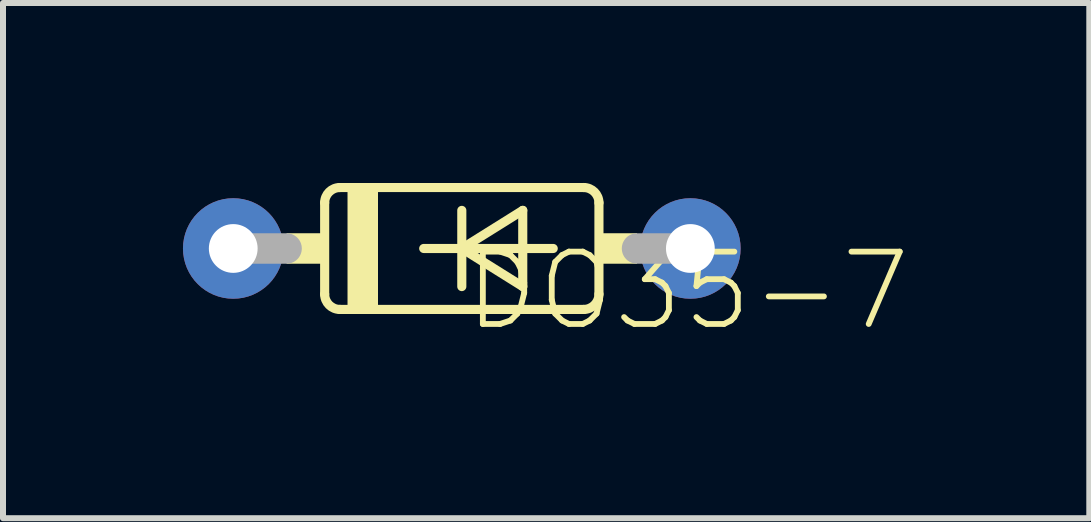
<source format=kicad_pcb>
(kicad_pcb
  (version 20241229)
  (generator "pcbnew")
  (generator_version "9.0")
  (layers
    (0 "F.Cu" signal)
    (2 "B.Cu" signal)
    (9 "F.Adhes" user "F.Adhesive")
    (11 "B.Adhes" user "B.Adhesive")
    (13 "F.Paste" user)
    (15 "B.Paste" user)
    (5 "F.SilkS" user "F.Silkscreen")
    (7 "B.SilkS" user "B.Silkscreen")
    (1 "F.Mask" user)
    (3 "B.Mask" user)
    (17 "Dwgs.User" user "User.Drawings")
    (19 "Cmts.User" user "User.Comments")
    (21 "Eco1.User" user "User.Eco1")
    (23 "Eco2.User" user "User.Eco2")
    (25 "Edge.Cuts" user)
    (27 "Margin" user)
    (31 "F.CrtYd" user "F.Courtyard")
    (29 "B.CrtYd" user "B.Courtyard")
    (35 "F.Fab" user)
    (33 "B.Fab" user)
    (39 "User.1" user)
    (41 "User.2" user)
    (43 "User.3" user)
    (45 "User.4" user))
  (footprint "DO35-7"
    (layer "F.Cu")
    (at 4.648 1.092)
    (property "Reference" "DO35-7" (at 0 0 0) (layer "F.SilkS") (effects (font (size 1.206 1.206) (thickness 0.097)) (justify left top)))
    (attr through_hole)
    (fp_line (start -2.286 -0.762) (end -2.286 0.762) (stroke (width 0.152) (type solid)) (layer "F.SilkS"))
    (fp_line (start -2.032 -1.016) (end 2.032 -1.016) (stroke (width 0.152) (type solid)) (layer "F.SilkS"))
    (fp_line (start -2.032 1.016) (end 2.032 1.016) (stroke (width 0.152) (type solid)) (layer "F.SilkS"))
    (fp_line (start -0.635 0) (end 0 0) (stroke (width 0.152) (type solid)) (layer "F.SilkS"))
    (fp_line (start 0 -0.635) (end 0 0) (stroke (width 0.152) (type solid)) (layer "F.SilkS"))
    (fp_line (start 0 0) (end 0 0.635) (stroke (width 0.152) (type solid)) (layer "F.SilkS"))
    (fp_line (start 0 0) (end 1.016 -0.635) (stroke (width 0.152) (type solid)) (layer "F.SilkS"))
    (fp_line (start 0 0) (end 1.524 0) (stroke (width 0.152) (type solid)) (layer "F.SilkS"))
    (fp_line (start 1.016 -0.635) (end 1.016 0.635) (stroke (width 0.152) (type solid)) (layer "F.SilkS"))
    (fp_line (start 1.016 0.635) (end 0 0) (stroke (width 0.152) (type solid)) (layer "F.SilkS"))
    (fp_line (start 2.286 -0.762) (end 2.286 0.762) (stroke (width 0.152) (type solid)) (layer "F.SilkS"))
    (fp_arc (start -2.286 -0.762) (mid -2.211605 -0.941605) (end -2.032 -1.016) (stroke (width 0.1524) (type solid)) (layer "F.SilkS"))
    (fp_arc (start -2.032 1.016) (mid -2.211605 0.941605) (end -2.286 0.762) (stroke (width 0.1524) (type solid)) (layer "F.SilkS"))
    (fp_arc (start 2.032 -1.016) (mid 2.211605 -0.941605) (end 2.286 -0.762) (stroke (width 0.1524) (type solid)) (layer "F.SilkS"))
    (fp_arc (start 2.286 0.762) (mid 2.211605 0.941605) (end 2.032 1.016) (stroke (width 0.1524) (type solid)) (layer "F.SilkS"))
    (fp_poly (pts (xy -2.921 0.254) (xy -2.286 0.254) (xy -2.286 -0.254) (xy -2.921 -0.254)) (stroke (width 0) (type solid)) (fill yes) (layer "F.SilkS"))
    (fp_poly (pts (xy -1.905 1.016) (xy -1.397 1.016) (xy -1.397 -1.016) (xy -1.905 -1.016)) (stroke (width 0) (type solid)) (fill yes) (layer "F.SilkS"))
    (fp_poly (pts (xy 2.286 0.254) (xy 2.921 0.254) (xy 2.921 -0.254) (xy 2.286 -0.254)) (stroke (width 0) (type solid)) (fill yes) (layer "F.SilkS"))
    (fp_line (start -3.81 0) (end -2.921 0) (stroke (width 0.508) (type solid)) (layer "F.Fab"))
    (fp_line (start 3.81 0) (end 2.921 0) (stroke (width 0.508) (type solid)) (layer "F.Fab"))
    (pad "A" thru_hole circle (at 3.81 0) (size 1.676 1.676) (drill 0.813) (layers "*.Cu" "*.Mask"))
    (pad "C" thru_hole circle (at -3.81 0) (size 1.676 1.676) (drill 0.813) (layers "*.Cu" "*.Mask")))
  (gr_rect
    (start -3 -3)
    (end 15.108 5.588)
    (stroke (width 0.1) (type default))
    (fill no)
    (layer "Edge.Cuts")))
</source>
